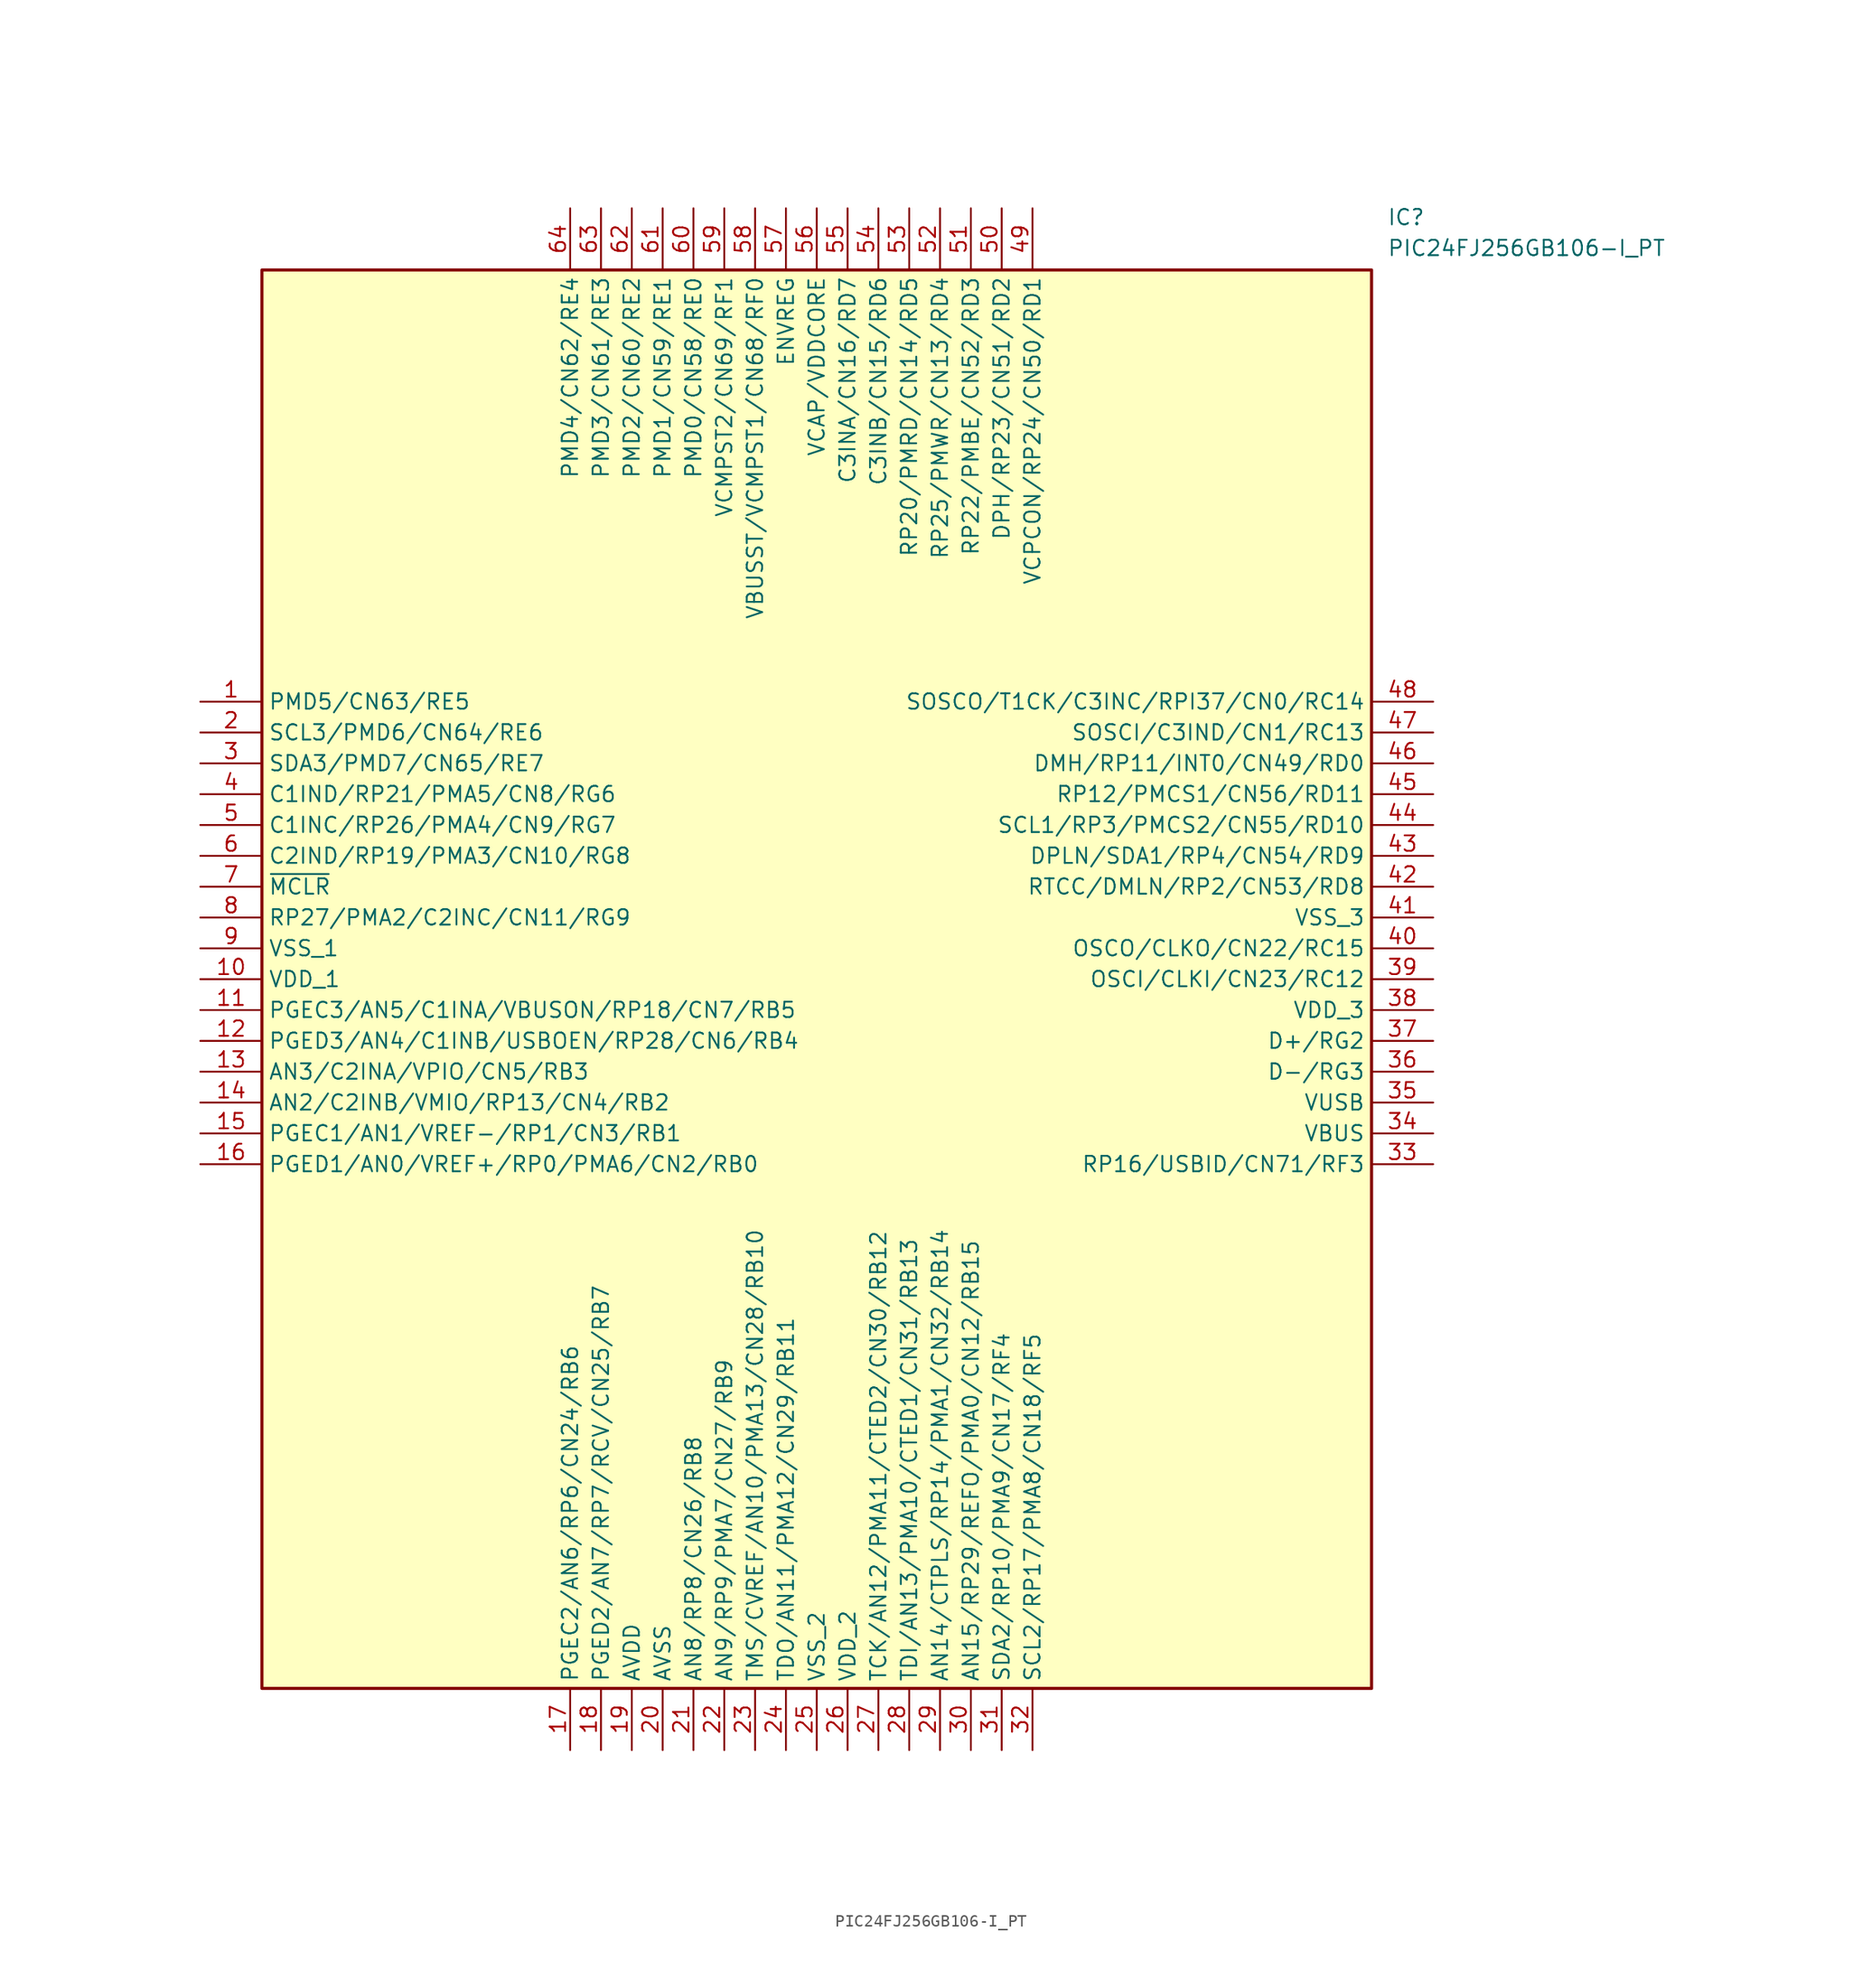
<source format=kicad_sym>
(kicad_symbol_lib
  (version 20220914)
  (generator kicad_symbol_editor)
  (symbol "PIC24FJ256GB106-I_PT"
    (property "Reference" "IC"
      (at 97.79 40.64 0)
      (effects (font (size 1.27 1.27)) (justify left top)))
    (property "Value" "PIC24FJ256GB106-I_PT"
      (at 97.79 38.1 0)
      (effects (font (size 1.27 1.27)) (justify left top)))
    (symbol "PIC24FJ256GB106-I_PT_1_1"
      (rectangle (start 5.08 35.56) (end 96.52 -81.28) (stroke (width 0.254) (type default)) (fill (type background)))
      (pin passive line (at 0 0 0) (length 5.08) (name "PMD5/CN63/RE5" (effects (font (size 1.27 1.27)))) (number "1" (effects (font (size 1.27 1.27)))))
      (pin passive line (at 0 -22.86 0) (length 5.08) (name "VDD_1" (effects (font (size 1.27 1.27)))) (number "10" (effects (font (size 1.27 1.27)))))
      (pin passive line (at 0 -25.4 0) (length 5.08) (name "PGEC3/AN5/C1INA/VBUSON/RP18/CN7/RB5" (effects (font (size 1.27 1.27)))) (number "11" (effects (font (size 1.27 1.27)))))
      (pin passive line (at 0 -27.94 0) (length 5.08) (name "PGED3/AN4/C1INB/USBOEN/RP28/CN6/RB4" (effects (font (size 1.27 1.27)))) (number "12" (effects (font (size 1.27 1.27)))))
      (pin passive line (at 0 -30.48 0) (length 5.08) (name "AN3/C2INA/VPIO/CN5/RB3" (effects (font (size 1.27 1.27)))) (number "13" (effects (font (size 1.27 1.27)))))
      (pin passive line (at 0 -33.02 0) (length 5.08) (name "AN2/C2INB/VMIO/RP13/CN4/RB2" (effects (font (size 1.27 1.27)))) (number "14" (effects (font (size 1.27 1.27)))))
      (pin passive line (at 0 -35.56 0) (length 5.08) (name "PGEC1/AN1/VREF-/RP1/CN3/RB1" (effects (font (size 1.27 1.27)))) (number "15" (effects (font (size 1.27 1.27)))))
      (pin passive line (at 0 -38.1 0) (length 5.08) (name "PGED1/AN0/VREF+/RP0/PMA6/CN2/RB0" (effects (font (size 1.27 1.27)))) (number "16" (effects (font (size 1.27 1.27)))))
      (pin passive line (at 30.48 -86.36 90) (length 5.08) (name "PGEC2/AN6/RP6/CN24/RB6" (effects (font (size 1.27 1.27)))) (number "17" (effects (font (size 1.27 1.27)))))
      (pin passive line (at 33.02 -86.36 90) (length 5.08) (name "PGED2/AN7/RP7/RCV/CN25/RB7" (effects (font (size 1.27 1.27)))) (number "18" (effects (font (size 1.27 1.27)))))
      (pin passive line (at 35.56 -86.36 90) (length 5.08) (name "AVDD" (effects (font (size 1.27 1.27)))) (number "19" (effects (font (size 1.27 1.27)))))
      (pin passive line (at 0 -2.54 0) (length 5.08) (name "SCL3/PMD6/CN64/RE6" (effects (font (size 1.27 1.27)))) (number "2" (effects (font (size 1.27 1.27)))))
      (pin passive line (at 38.1 -86.36 90) (length 5.08) (name "AVSS" (effects (font (size 1.27 1.27)))) (number "20" (effects (font (size 1.27 1.27)))))
      (pin passive line (at 40.64 -86.36 90) (length 5.08) (name "AN8/RP8/CN26/RB8" (effects (font (size 1.27 1.27)))) (number "21" (effects (font (size 1.27 1.27)))))
      (pin passive line (at 43.18 -86.36 90) (length 5.08) (name "AN9/RP9/PMA7/CN27/RB9" (effects (font (size 1.27 1.27)))) (number "22" (effects (font (size 1.27 1.27)))))
      (pin passive line (at 45.72 -86.36 90) (length 5.08) (name "TMS/CVREF/AN10/PMA13/CN28/RB10" (effects (font (size 1.27 1.27)))) (number "23" (effects (font (size 1.27 1.27)))))
      (pin passive line (at 48.26 -86.36 90) (length 5.08) (name "TDO/AN11/PMA12/CN29/RB11" (effects (font (size 1.27 1.27)))) (number "24" (effects (font (size 1.27 1.27)))))
      (pin passive line (at 50.8 -86.36 90) (length 5.08) (name "VSS_2" (effects (font (size 1.27 1.27)))) (number "25" (effects (font (size 1.27 1.27)))))
      (pin passive line (at 53.34 -86.36 90) (length 5.08) (name "VDD_2" (effects (font (size 1.27 1.27)))) (number "26" (effects (font (size 1.27 1.27)))))
      (pin passive line (at 55.88 -86.36 90) (length 5.08) (name "TCK/AN12/PMA11/CTED2/CN30/RB12" (effects (font (size 1.27 1.27)))) (number "27" (effects (font (size 1.27 1.27)))))
      (pin passive line (at 58.42 -86.36 90) (length 5.08) (name "TDI/AN13/PMA10/CTED1/CN31/RB13" (effects (font (size 1.27 1.27)))) (number "28" (effects (font (size 1.27 1.27)))))
      (pin passive line (at 60.96 -86.36 90) (length 5.08) (name "AN14/CTPLS/RP14/PMA1/CN32/RB14" (effects (font (size 1.27 1.27)))) (number "29" (effects (font (size 1.27 1.27)))))
      (pin passive line (at 0 -5.08 0) (length 5.08) (name "SDA3/PMD7/CN65/RE7" (effects (font (size 1.27 1.27)))) (number "3" (effects (font (size 1.27 1.27)))))
      (pin passive line (at 63.5 -86.36 90) (length 5.08) (name "AN15/RP29/REFO/PMA0/CN12/RB15" (effects (font (size 1.27 1.27)))) (number "30" (effects (font (size 1.27 1.27)))))
      (pin passive line (at 66.04 -86.36 90) (length 5.08) (name "SDA2/RP10/PMA9/CN17/RF4" (effects (font (size 1.27 1.27)))) (number "31" (effects (font (size 1.27 1.27)))))
      (pin passive line (at 68.58 -86.36 90) (length 5.08) (name "SCL2/RP17/PMA8/CN18/RF5" (effects (font (size 1.27 1.27)))) (number "32" (effects (font (size 1.27 1.27)))))
      (pin passive line (at 101.6 -38.1 180) (length 5.08) (name "RP16/USBID/CN71/RF3" (effects (font (size 1.27 1.27)))) (number "33" (effects (font (size 1.27 1.27)))))
      (pin passive line (at 101.6 -35.56 180) (length 5.08) (name "VBUS" (effects (font (size 1.27 1.27)))) (number "34" (effects (font (size 1.27 1.27)))))
      (pin passive line (at 101.6 -33.02 180) (length 5.08) (name "VUSB" (effects (font (size 1.27 1.27)))) (number "35" (effects (font (size 1.27 1.27)))))
      (pin passive line (at 101.6 -30.48 180) (length 5.08) (name "D-/RG3" (effects (font (size 1.27 1.27)))) (number "36" (effects (font (size 1.27 1.27)))))
      (pin passive line (at 101.6 -27.94 180) (length 5.08) (name "D+/RG2" (effects (font (size 1.27 1.27)))) (number "37" (effects (font (size 1.27 1.27)))))
      (pin passive line (at 101.6 -25.4 180) (length 5.08) (name "VDD_3" (effects (font (size 1.27 1.27)))) (number "38" (effects (font (size 1.27 1.27)))))
      (pin passive line (at 101.6 -22.86 180) (length 5.08) (name "OSCI/CLKI/CN23/RC12" (effects (font (size 1.27 1.27)))) (number "39" (effects (font (size 1.27 1.27)))))
      (pin passive line (at 0 -7.62 0) (length 5.08) (name "C1IND/RP21/PMA5/CN8/RG6" (effects (font (size 1.27 1.27)))) (number "4" (effects (font (size 1.27 1.27)))))
      (pin passive line (at 101.6 -20.32 180) (length 5.08) (name "OSCO/CLKO/CN22/RC15" (effects (font (size 1.27 1.27)))) (number "40" (effects (font (size 1.27 1.27)))))
      (pin passive line (at 101.6 -17.78 180) (length 5.08) (name "VSS_3" (effects (font (size 1.27 1.27)))) (number "41" (effects (font (size 1.27 1.27)))))
      (pin passive line (at 101.6 -15.24 180) (length 5.08) (name "RTCC/DMLN/RP2/CN53/RD8" (effects (font (size 1.27 1.27)))) (number "42" (effects (font (size 1.27 1.27)))))
      (pin passive line (at 101.6 -12.7 180) (length 5.08) (name "DPLN/SDA1/RP4/CN54/RD9" (effects (font (size 1.27 1.27)))) (number "43" (effects (font (size 1.27 1.27)))))
      (pin passive line (at 101.6 -10.16 180) (length 5.08) (name "SCL1/RP3/PMCS2/CN55/RD10" (effects (font (size 1.27 1.27)))) (number "44" (effects (font (size 1.27 1.27)))))
      (pin passive line (at 101.6 -7.62 180) (length 5.08) (name "RP12/PMCS1/CN56/RD11" (effects (font (size 1.27 1.27)))) (number "45" (effects (font (size 1.27 1.27)))))
      (pin passive line (at 101.6 -5.08 180) (length 5.08) (name "DMH/RP11/INT0/CN49/RD0" (effects (font (size 1.27 1.27)))) (number "46" (effects (font (size 1.27 1.27)))))
      (pin passive line (at 101.6 -2.54 180) (length 5.08) (name "SOSCI/C3IND/CN1/RC13" (effects (font (size 1.27 1.27)))) (number "47" (effects (font (size 1.27 1.27)))))
      (pin passive line (at 101.6 0 180) (length 5.08) (name "SOSCO/T1CK/C3INC/RPI37/CN0/RC14" (effects (font (size 1.27 1.27)))) (number "48" (effects (font (size 1.27 1.27)))))
      (pin passive line (at 68.58 40.64 270) (length 5.08) (name "VCPCON/RP24/CN50/RD1" (effects (font (size 1.27 1.27)))) (number "49" (effects (font (size 1.27 1.27)))))
      (pin passive line (at 0 -10.16 0) (length 5.08) (name "C1INC/RP26/PMA4/CN9/RG7" (effects (font (size 1.27 1.27)))) (number "5" (effects (font (size 1.27 1.27)))))
      (pin passive line (at 66.04 40.64 270) (length 5.08) (name "DPH/RP23/CN51/RD2" (effects (font (size 1.27 1.27)))) (number "50" (effects (font (size 1.27 1.27)))))
      (pin passive line (at 63.5 40.64 270) (length 5.08) (name "RP22/PMBE/CN52/RD3" (effects (font (size 1.27 1.27)))) (number "51" (effects (font (size 1.27 1.27)))))
      (pin passive line (at 60.96 40.64 270) (length 5.08) (name "RP25/PMWR/CN13/RD4" (effects (font (size 1.27 1.27)))) (number "52" (effects (font (size 1.27 1.27)))))
      (pin passive line (at 58.42 40.64 270) (length 5.08) (name "RP20/PMRD/CN14/RD5" (effects (font (size 1.27 1.27)))) (number "53" (effects (font (size 1.27 1.27)))))
      (pin passive line (at 55.88 40.64 270) (length 5.08) (name "C3INB/CN15/RD6" (effects (font (size 1.27 1.27)))) (number "54" (effects (font (size 1.27 1.27)))))
      (pin passive line (at 53.34 40.64 270) (length 5.08) (name "C3INA/CN16/RD7" (effects (font (size 1.27 1.27)))) (number "55" (effects (font (size 1.27 1.27)))))
      (pin passive line (at 50.8 40.64 270) (length 5.08) (name "VCAP/VDDCORE" (effects (font (size 1.27 1.27)))) (number "56" (effects (font (size 1.27 1.27)))))
      (pin passive line (at 48.26 40.64 270) (length 5.08) (name "ENVREG" (effects (font (size 1.27 1.27)))) (number "57" (effects (font (size 1.27 1.27)))))
      (pin passive line (at 45.72 40.64 270) (length 5.08) (name "VBUSST/VCMPST1/CN68/RF0" (effects (font (size 1.27 1.27)))) (number "58" (effects (font (size 1.27 1.27)))))
      (pin passive line (at 43.18 40.64 270) (length 5.08) (name "VCMPST2/CN69/RF1" (effects (font (size 1.27 1.27)))) (number "59" (effects (font (size 1.27 1.27)))))
      (pin passive line (at 0 -12.7 0) (length 5.08) (name "C2IND/RP19/PMA3/CN10/RG8" (effects (font (size 1.27 1.27)))) (number "6" (effects (font (size 1.27 1.27)))))
      (pin passive line (at 40.64 40.64 270) (length 5.08) (name "PMD0/CN58/RE0" (effects (font (size 1.27 1.27)))) (number "60" (effects (font (size 1.27 1.27)))))
      (pin passive line (at 38.1 40.64 270) (length 5.08) (name "PMD1/CN59/RE1" (effects (font (size 1.27 1.27)))) (number "61" (effects (font (size 1.27 1.27)))))
      (pin passive line (at 35.56 40.64 270) (length 5.08) (name "PMD2/CN60/RE2" (effects (font (size 1.27 1.27)))) (number "62" (effects (font (size 1.27 1.27)))))
      (pin passive line (at 33.02 40.64 270) (length 5.08) (name "PMD3/CN61/RE3" (effects (font (size 1.27 1.27)))) (number "63" (effects (font (size 1.27 1.27)))))
      (pin passive line (at 30.48 40.64 270) (length 5.08) (name "PMD4/CN62/RE4" (effects (font (size 1.27 1.27)))) (number "64" (effects (font (size 1.27 1.27)))))
      (pin passive line (at 0 -15.24 0) (length 5.08) (name "~{MCLR}" (effects (font (size 1.27 1.27)))) (number "7" (effects (font (size 1.27 1.27)))))
      (pin passive line (at 0 -17.78 0) (length 5.08) (name "RP27/PMA2/C2INC/CN11/RG9" (effects (font (size 1.27 1.27)))) (number "8" (effects (font (size 1.27 1.27)))))
      (pin passive line (at 0 -20.32 0) (length 5.08) (name "VSS_1" (effects (font (size 1.27 1.27)))) (number "9" (effects (font (size 1.27 1.27))))))))
</source>
